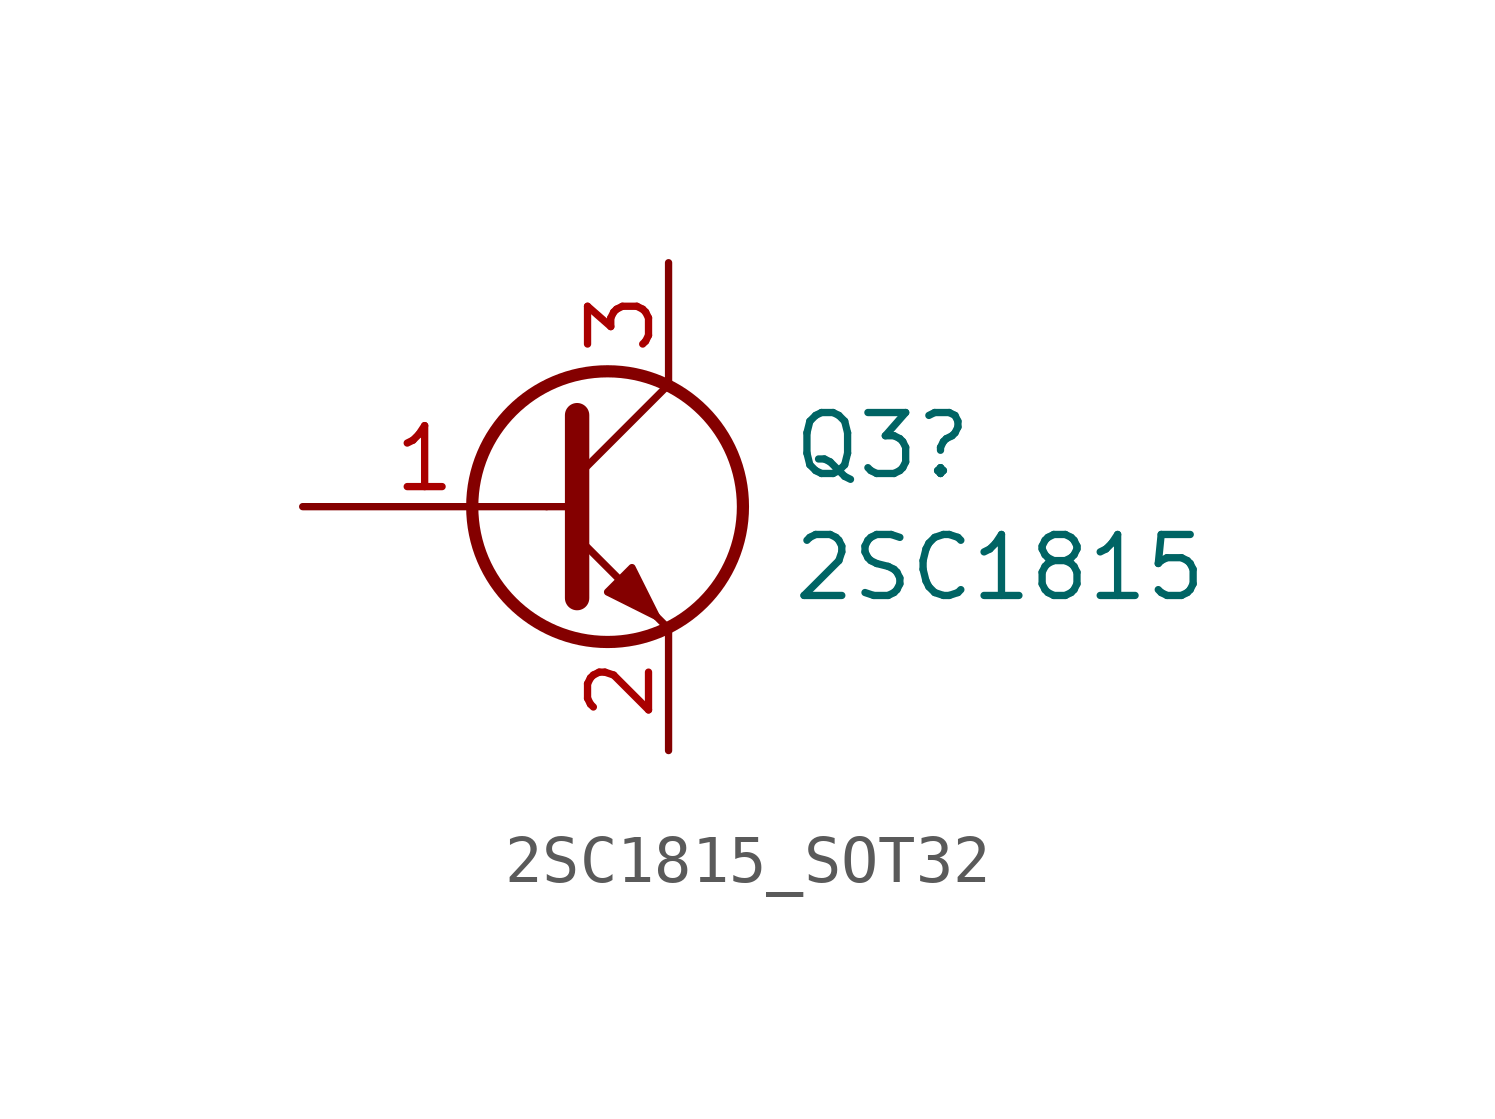
<source format=kicad_sym>
(kicad_symbol_lib
  (version 20220914)
  (generator kicad_symbol_editor)
  (symbol "2SC1815_SOT32"
    (pin_names
      (offset 0) hide)
    (property "Reference" "Q3"
      (at 5.08 1.27 0)
      (effects (font (size 1.27 1.27)) (justify left)))
    (property "Value" "2SC1815"
      (at 5.08 -1.27 0)
      (effects (font (size 1.27 1.27)) (justify left)))
    (symbol "2SC1815_SOT32_0_1"
      (polyline (pts (xy 0 0) (xy 0.508 0)) (stroke (width 0) (type default)) (fill (type none)))
      (polyline (pts (xy 0.635 0.635) (xy 2.54 2.54)) (stroke (width 0) (type default)) (fill (type none)))
      (polyline (pts (xy 0.635 -0.635) (xy 2.54 -2.54) (xy 2.54 -2.54)) (stroke (width 0) (type default)) (fill (type none)))
      (polyline (pts (xy 0.635 1.905) (xy 0.635 -1.905) (xy 0.635 -1.905)) (stroke (width 0.508) (type default)) (fill (type none)))
      (polyline (pts (xy 1.27 -1.778) (xy 1.778 -1.27) (xy 2.286 -2.286) (xy 1.27 -1.778) (xy 1.27 -1.778)) (stroke (width 0) (type default)) (fill (type outline)))
      (circle (center 1.27 0) (radius 2.819) (stroke (width 0.254) (type default)) (fill (type none))))
    (symbol "2SC1815_SOT32_1_1"
      (pin input line (at -5.08 0 0) (length 5.08) (name "B" (effects (font (size 1.27 1.27)))) (number "1" (effects (font (size 1.27 1.27)))))
      (pin passive line (at 2.54 -5.08 90) (length 2.54) (name "E" (effects (font (size 1.27 1.27)))) (number "2" (effects (font (size 1.27 1.27)))))
      (pin passive line (at 2.54 5.08 270) (length 2.54) (name "C" (effects (font (size 1.27 1.27)))) (number "3" (effects (font (size 1.27 1.27))))))))
</source>
